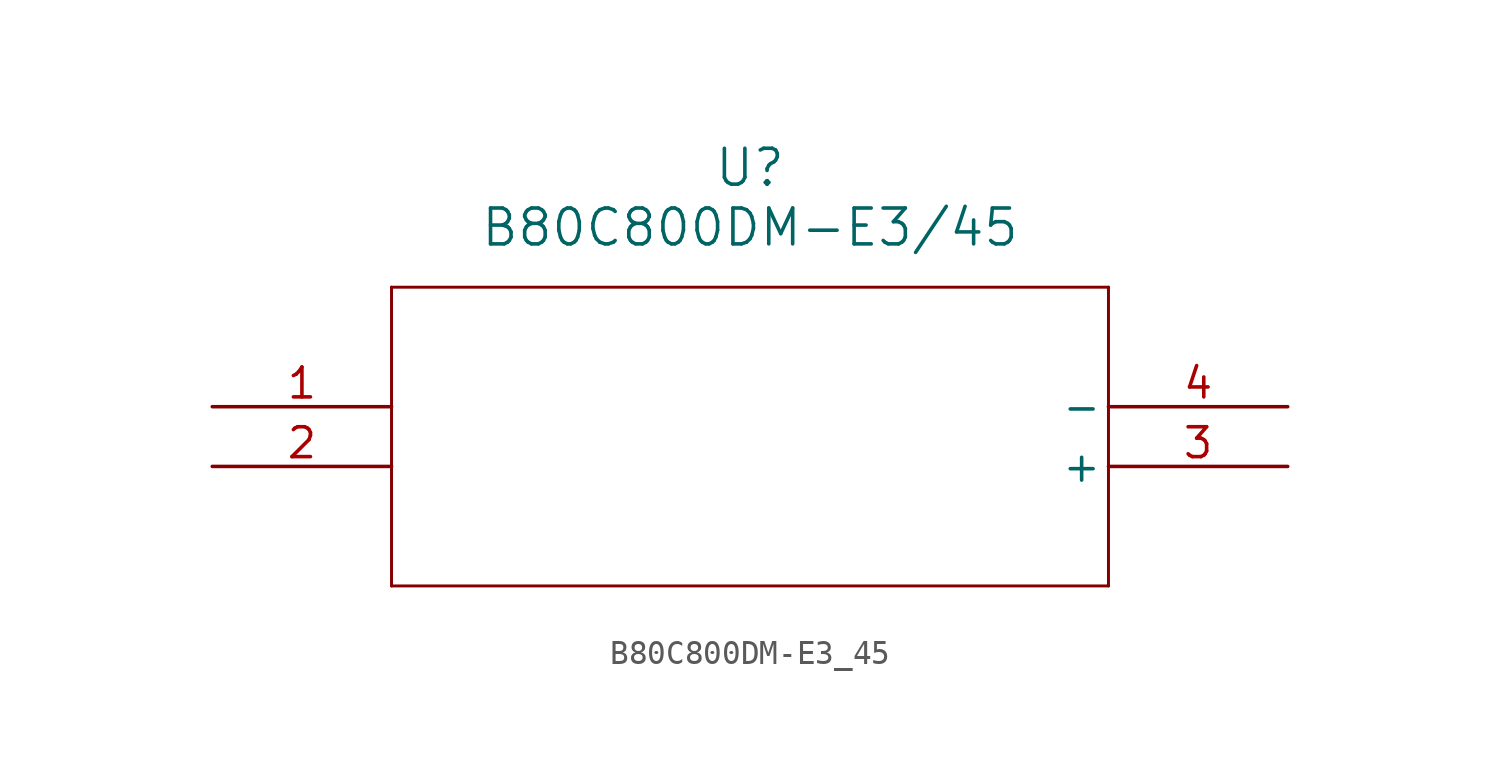
<source format=kicad_sym>
(kicad_symbol_lib
  (version 20211014)
  (generator kicad_symbol_editor)
  (symbol "B80C800DM-E3_45"
    (pin_names
      (offset 0.254))
    (property "Reference" "U"
      (at 22.86 10.16 0)
      (effects (font (size 1.524 1.524))))
    (property "Value" "B80C800DM-E3/45"
      (at 22.86 7.62 0)
      (effects (font (size 1.524 1.524))))
    (symbol "B80C800DM-E3_45_0_1"
      (polyline (pts (xy 7.62 5.08) (xy 7.62 -7.62)) (stroke (width 0.127) (type default) (color 0 0 0 0)) (fill (type none)))
      (polyline (pts (xy 7.62 -7.62) (xy 38.1 -7.62)) (stroke (width 0.127) (type default) (color 0 0 0 0)) (fill (type none)))
      (polyline (pts (xy 38.1 -7.62) (xy 38.1 5.08)) (stroke (width 0.127) (type default) (color 0 0 0 0)) (fill (type none)))
      (polyline (pts (xy 38.1 5.08) (xy 7.62 5.08)) (stroke (width 0.127) (type default) (color 0 0 0 0)) (fill (type none)))
      (pin unspecified line (at 0 0 0) (length 7.62) (name "~" (effects (font (size 1.27 1.27)))) (number "1" (effects (font (size 1.27 1.27)))))
      (pin unspecified line (at 0 -2.54 0) (length 7.62) (name "~" (effects (font (size 1.27 1.27)))) (number "2" (effects (font (size 1.27 1.27)))))
      (pin unspecified line (at 45.72 -2.54 180) (length 7.62) (name "+" (effects (font (size 1.27 1.27)))) (number "3" (effects (font (size 1.27 1.27)))))
      (pin unspecified line (at 45.72 0 180) (length 7.62) (name "-" (effects (font (size 1.27 1.27)))) (number "4" (effects (font (size 1.27 1.27))))))))
</source>
